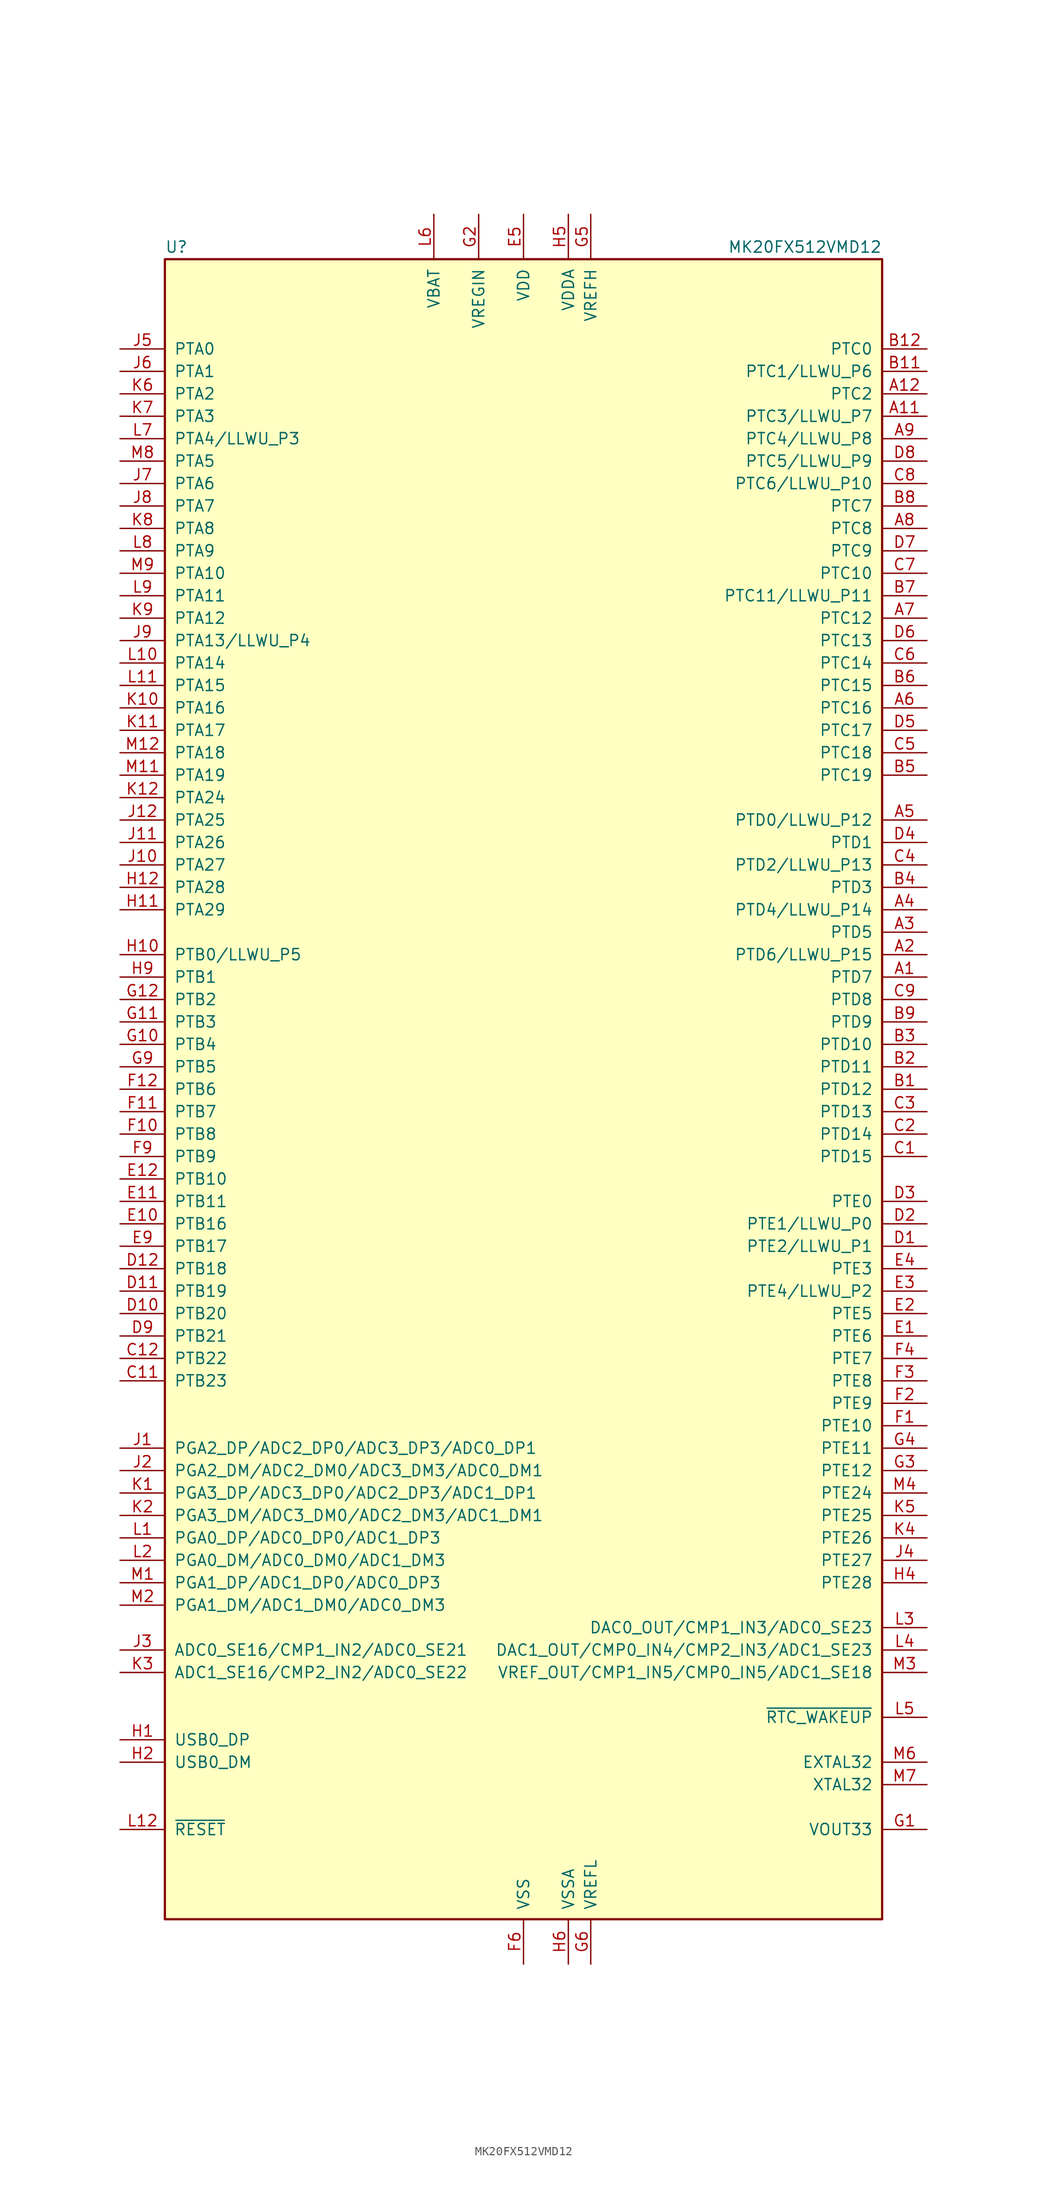
<source format=kicad_sym>
(kicad_symbol_lib
  (version 20241209)
  (generator "kicad_symbol_editor")
  (generator_version "9.0")
  (symbol "MK20FX512VMD12"
    (pin_names
      (offset 1.016))
    (property "Reference" "U"
      (at -40.64 94.615 0)
      (effects (font (size 1.27 1.27)) (justify left bottom)))
    (property "Value" "MK20FX512VMD12"
      (at 40.64 94.615 0)
      (effects (font (size 1.27 1.27)) (justify right bottom)))
    (symbol "MK20FX512VMD12_0_1"
      (rectangle (start -40.64 93.98) (end 40.64 -93.98) (stroke (width 0.254) (type default)) (fill (type background))))
    (symbol "MK20FX512VMD12_1_1"
      (pin bidirectional line (at -45.72 83.82 0) (length 5.08) (name "PTA0" (effects (font (size 1.27 1.27)))) (number "J5" (effects (font (size 1.27 1.27)))))
      (pin bidirectional line (at -45.72 81.28 0) (length 5.08) (name "PTA1" (effects (font (size 1.27 1.27)))) (number "J6" (effects (font (size 1.27 1.27)))))
      (pin bidirectional line (at -45.72 78.74 0) (length 5.08) (name "PTA2" (effects (font (size 1.27 1.27)))) (number "K6" (effects (font (size 1.27 1.27)))))
      (pin bidirectional line (at -45.72 76.2 0) (length 5.08) (name "PTA3" (effects (font (size 1.27 1.27)))) (number "K7" (effects (font (size 1.27 1.27)))))
      (pin bidirectional line (at -45.72 73.66 0) (length 5.08) (name "PTA4/LLWU_P3" (effects (font (size 1.27 1.27)))) (number "L7" (effects (font (size 1.27 1.27)))))
      (pin bidirectional line (at -45.72 71.12 0) (length 5.08) (name "PTA5" (effects (font (size 1.27 1.27)))) (number "M8" (effects (font (size 1.27 1.27)))))
      (pin bidirectional line (at -45.72 68.58 0) (length 5.08) (name "PTA6" (effects (font (size 1.27 1.27)))) (number "J7" (effects (font (size 1.27 1.27)))))
      (pin bidirectional line (at -45.72 66.04 0) (length 5.08) (name "PTA7" (effects (font (size 1.27 1.27)))) (number "J8" (effects (font (size 1.27 1.27)))))
      (pin bidirectional line (at -45.72 63.5 0) (length 5.08) (name "PTA8" (effects (font (size 1.27 1.27)))) (number "K8" (effects (font (size 1.27 1.27)))))
      (pin bidirectional line (at -45.72 60.96 0) (length 5.08) (name "PTA9" (effects (font (size 1.27 1.27)))) (number "L8" (effects (font (size 1.27 1.27)))))
      (pin bidirectional line (at -45.72 58.42 0) (length 5.08) (name "PTA10" (effects (font (size 1.27 1.27)))) (number "M9" (effects (font (size 1.27 1.27)))))
      (pin bidirectional line (at -45.72 55.88 0) (length 5.08) (name "PTA11" (effects (font (size 1.27 1.27)))) (number "L9" (effects (font (size 1.27 1.27)))))
      (pin bidirectional line (at -45.72 53.34 0) (length 5.08) (name "PTA12" (effects (font (size 1.27 1.27)))) (number "K9" (effects (font (size 1.27 1.27)))))
      (pin bidirectional line (at -45.72 50.8 0) (length 5.08) (name "PTA13/LLWU_P4" (effects (font (size 1.27 1.27)))) (number "J9" (effects (font (size 1.27 1.27)))))
      (pin bidirectional line (at -45.72 48.26 0) (length 5.08) (name "PTA14" (effects (font (size 1.27 1.27)))) (number "L10" (effects (font (size 1.27 1.27)))))
      (pin bidirectional line (at -45.72 45.72 0) (length 5.08) (name "PTA15" (effects (font (size 1.27 1.27)))) (number "L11" (effects (font (size 1.27 1.27)))))
      (pin bidirectional line (at -45.72 43.18 0) (length 5.08) (name "PTA16" (effects (font (size 1.27 1.27)))) (number "K10" (effects (font (size 1.27 1.27)))))
      (pin bidirectional line (at -45.72 40.64 0) (length 5.08) (name "PTA17" (effects (font (size 1.27 1.27)))) (number "K11" (effects (font (size 1.27 1.27)))))
      (pin bidirectional line (at -45.72 38.1 0) (length 5.08) (name "PTA18" (effects (font (size 1.27 1.27)))) (number "M12" (effects (font (size 1.27 1.27)))))
      (pin bidirectional line (at -45.72 35.56 0) (length 5.08) (name "PTA19" (effects (font (size 1.27 1.27)))) (number "M11" (effects (font (size 1.27 1.27)))))
      (pin bidirectional line (at -45.72 33.02 0) (length 5.08) (name "PTA24" (effects (font (size 1.27 1.27)))) (number "K12" (effects (font (size 1.27 1.27)))))
      (pin bidirectional line (at -45.72 30.48 0) (length 5.08) (name "PTA25" (effects (font (size 1.27 1.27)))) (number "J12" (effects (font (size 1.27 1.27)))))
      (pin bidirectional line (at -45.72 27.94 0) (length 5.08) (name "PTA26" (effects (font (size 1.27 1.27)))) (number "J11" (effects (font (size 1.27 1.27)))))
      (pin bidirectional line (at -45.72 25.4 0) (length 5.08) (name "PTA27" (effects (font (size 1.27 1.27)))) (number "J10" (effects (font (size 1.27 1.27)))))
      (pin bidirectional line (at -45.72 22.86 0) (length 5.08) (name "PTA28" (effects (font (size 1.27 1.27)))) (number "H12" (effects (font (size 1.27 1.27)))))
      (pin bidirectional line (at -45.72 20.32 0) (length 5.08) (name "PTA29" (effects (font (size 1.27 1.27)))) (number "H11" (effects (font (size 1.27 1.27)))))
      (pin bidirectional line (at -45.72 15.24 0) (length 5.08) (name "PTB0/LLWU_P5" (effects (font (size 1.27 1.27)))) (number "H10" (effects (font (size 1.27 1.27)))))
      (pin bidirectional line (at -45.72 12.7 0) (length 5.08) (name "PTB1" (effects (font (size 1.27 1.27)))) (number "H9" (effects (font (size 1.27 1.27)))))
      (pin bidirectional line (at -45.72 10.16 0) (length 5.08) (name "PTB2" (effects (font (size 1.27 1.27)))) (number "G12" (effects (font (size 1.27 1.27)))))
      (pin bidirectional line (at -45.72 7.62 0) (length 5.08) (name "PTB3" (effects (font (size 1.27 1.27)))) (number "G11" (effects (font (size 1.27 1.27)))))
      (pin bidirectional line (at -45.72 5.08 0) (length 5.08) (name "PTB4" (effects (font (size 1.27 1.27)))) (number "G10" (effects (font (size 1.27 1.27)))))
      (pin bidirectional line (at -45.72 2.54 0) (length 5.08) (name "PTB5" (effects (font (size 1.27 1.27)))) (number "G9" (effects (font (size 1.27 1.27)))))
      (pin bidirectional line (at -45.72 0 0) (length 5.08) (name "PTB6" (effects (font (size 1.27 1.27)))) (number "F12" (effects (font (size 1.27 1.27)))))
      (pin bidirectional line (at -45.72 -2.54 0) (length 5.08) (name "PTB7" (effects (font (size 1.27 1.27)))) (number "F11" (effects (font (size 1.27 1.27)))))
      (pin bidirectional line (at -45.72 -5.08 0) (length 5.08) (name "PTB8" (effects (font (size 1.27 1.27)))) (number "F10" (effects (font (size 1.27 1.27)))))
      (pin bidirectional line (at -45.72 -7.62 0) (length 5.08) (name "PTB9" (effects (font (size 1.27 1.27)))) (number "F9" (effects (font (size 1.27 1.27)))))
      (pin bidirectional line (at -45.72 -10.16 0) (length 5.08) (name "PTB10" (effects (font (size 1.27 1.27)))) (number "E12" (effects (font (size 1.27 1.27)))))
      (pin bidirectional line (at -45.72 -12.7 0) (length 5.08) (name "PTB11" (effects (font (size 1.27 1.27)))) (number "E11" (effects (font (size 1.27 1.27)))))
      (pin bidirectional line (at -45.72 -15.24 0) (length 5.08) (name "PTB16" (effects (font (size 1.27 1.27)))) (number "E10" (effects (font (size 1.27 1.27)))))
      (pin bidirectional line (at -45.72 -17.78 0) (length 5.08) (name "PTB17" (effects (font (size 1.27 1.27)))) (number "E9" (effects (font (size 1.27 1.27)))))
      (pin bidirectional line (at -45.72 -20.32 0) (length 5.08) (name "PTB18" (effects (font (size 1.27 1.27)))) (number "D12" (effects (font (size 1.27 1.27)))))
      (pin bidirectional line (at -45.72 -22.86 0) (length 5.08) (name "PTB19" (effects (font (size 1.27 1.27)))) (number "D11" (effects (font (size 1.27 1.27)))))
      (pin bidirectional line (at -45.72 -25.4 0) (length 5.08) (name "PTB20" (effects (font (size 1.27 1.27)))) (number "D10" (effects (font (size 1.27 1.27)))))
      (pin bidirectional line (at -45.72 -27.94 0) (length 5.08) (name "PTB21" (effects (font (size 1.27 1.27)))) (number "D9" (effects (font (size 1.27 1.27)))))
      (pin bidirectional line (at -45.72 -30.48 0) (length 5.08) (name "PTB22" (effects (font (size 1.27 1.27)))) (number "C12" (effects (font (size 1.27 1.27)))))
      (pin bidirectional line (at -45.72 -33.02 0) (length 5.08) (name "PTB23" (effects (font (size 1.27 1.27)))) (number "C11" (effects (font (size 1.27 1.27)))))
      (pin input line (at -45.72 -40.64 0) (length 5.08) (name "PGA2_DP/ADC2_DP0/ADC3_DP3/ADC0_DP1" (effects (font (size 1.27 1.27)))) (number "J1" (effects (font (size 1.27 1.27)))))
      (pin input line (at -45.72 -43.18 0) (length 5.08) (name "PGA2_DM/ADC2_DM0/ADC3_DM3/ADC0_DM1" (effects (font (size 1.27 1.27)))) (number "J2" (effects (font (size 1.27 1.27)))))
      (pin input line (at -45.72 -45.72 0) (length 5.08) (name "PGA3_DP/ADC3_DP0/ADC2_DP3/ADC1_DP1" (effects (font (size 1.27 1.27)))) (number "K1" (effects (font (size 1.27 1.27)))))
      (pin input line (at -45.72 -48.26 0) (length 5.08) (name "PGA3_DM/ADC3_DM0/ADC2_DM3/ADC1_DM1" (effects (font (size 1.27 1.27)))) (number "K2" (effects (font (size 1.27 1.27)))))
      (pin input line (at -45.72 -50.8 0) (length 5.08) (name "PGA0_DP/ADC0_DP0/ADC1_DP3" (effects (font (size 1.27 1.27)))) (number "L1" (effects (font (size 1.27 1.27)))))
      (pin input line (at -45.72 -53.34 0) (length 5.08) (name "PGA0_DM/ADC0_DM0/ADC1_DM3" (effects (font (size 1.27 1.27)))) (number "L2" (effects (font (size 1.27 1.27)))))
      (pin input line (at -45.72 -55.88 0) (length 5.08) (name "PGA1_DP/ADC1_DP0/ADC0_DP3" (effects (font (size 1.27 1.27)))) (number "M1" (effects (font (size 1.27 1.27)))))
      (pin input line (at -45.72 -58.42 0) (length 5.08) (name "PGA1_DM/ADC1_DM0/ADC0_DM3" (effects (font (size 1.27 1.27)))) (number "M2" (effects (font (size 1.27 1.27)))))
      (pin input line (at -45.72 -63.5 0) (length 5.08) (name "ADC0_SE16/CMP1_IN2/ADC0_SE21" (effects (font (size 1.27 1.27)))) (number "J3" (effects (font (size 1.27 1.27)))))
      (pin input line (at -45.72 -66.04 0) (length 5.08) (name "ADC1_SE16/CMP2_IN2/ADC0_SE22" (effects (font (size 1.27 1.27)))) (number "K3" (effects (font (size 1.27 1.27)))))
      (pin bidirectional line (at -45.72 -73.66 0) (length 5.08) (name "USB0_DP" (effects (font (size 1.27 1.27)))) (number "H1" (effects (font (size 1.27 1.27)))))
      (pin bidirectional line (at -45.72 -76.2 0) (length 5.08) (name "USB0_DM" (effects (font (size 1.27 1.27)))) (number "H2" (effects (font (size 1.27 1.27)))))
      (pin bidirectional line (at -45.72 -83.82 0) (length 5.08) (name "~{RESET}" (effects (font (size 1.27 1.27)))) (number "L12" (effects (font (size 1.27 1.27)))))
      (pin no_connect line (at -12.7 -93.98 90) (length 5.08) (hide yes) (name "NC" (effects (font (size 1.27 1.27)))) (number "A10" (effects (font (size 1.27 1.27)))))
      (pin power_in line (at -10.16 99.06 270) (length 5.08) (name "VBAT" (effects (font (size 1.27 1.27)))) (number "L6" (effects (font (size 1.27 1.27)))))
      (pin no_connect line (at -10.16 -93.98 90) (length 5.08) (hide yes) (name "NC" (effects (font (size 1.27 1.27)))) (number "B10" (effects (font (size 1.27 1.27)))))
      (pin no_connect line (at -7.62 -93.98 90) (length 5.08) (hide yes) (name "NC" (effects (font (size 1.27 1.27)))) (number "C10" (effects (font (size 1.27 1.27)))))
      (pin power_in line (at -5.08 99.06 270) (length 5.08) (name "VREGIN" (effects (font (size 1.27 1.27)))) (number "G2" (effects (font (size 1.27 1.27)))))
      (pin no_connect line (at -5.08 -93.98 90) (length 5.08) (hide yes) (name "NC" (effects (font (size 1.27 1.27)))) (number "M5" (effects (font (size 1.27 1.27)))))
      (pin power_in line (at 0 99.06 270) (length 5.08) (name "VDD" (effects (font (size 1.27 1.27)))) (number "E5" (effects (font (size 1.27 1.27)))))
      (pin passive line (at 0 99.06 270) (length 5.08) (hide yes) (name "VDD" (effects (font (size 1.27 1.27)))) (number "E6" (effects (font (size 1.27 1.27)))))
      (pin passive line (at 0 99.06 270) (length 5.08) (hide yes) (name "VDD" (effects (font (size 1.27 1.27)))) (number "E7" (effects (font (size 1.27 1.27)))))
      (pin passive line (at 0 99.06 270) (length 5.08) (hide yes) (name "VDD" (effects (font (size 1.27 1.27)))) (number "E8" (effects (font (size 1.27 1.27)))))
      (pin passive line (at 0 99.06 270) (length 5.08) (hide yes) (name "VDD" (effects (font (size 1.27 1.27)))) (number "F5" (effects (font (size 1.27 1.27)))))
      (pin passive line (at 0 99.06 270) (length 5.08) (hide yes) (name "VDD" (effects (font (size 1.27 1.27)))) (number "F8" (effects (font (size 1.27 1.27)))))
      (pin power_in line (at 0 -99.06 90) (length 5.08) (name "VSS" (effects (font (size 1.27 1.27)))) (number "F6" (effects (font (size 1.27 1.27)))))
      (pin passive line (at 0 -99.06 90) (length 5.08) (hide yes) (name "VSS" (effects (font (size 1.27 1.27)))) (number "F7" (effects (font (size 1.27 1.27)))))
      (pin passive line (at 0 -99.06 90) (length 5.08) (hide yes) (name "VSS" (effects (font (size 1.27 1.27)))) (number "G7" (effects (font (size 1.27 1.27)))))
      (pin passive line (at 0 -99.06 90) (length 5.08) (hide yes) (name "VSS" (effects (font (size 1.27 1.27)))) (number "G8" (effects (font (size 1.27 1.27)))))
      (pin passive line (at 0 -99.06 90) (length 5.08) (hide yes) (name "VSS" (effects (font (size 1.27 1.27)))) (number "H3" (effects (font (size 1.27 1.27)))))
      (pin passive line (at 0 -99.06 90) (length 5.08) (hide yes) (name "VSS" (effects (font (size 1.27 1.27)))) (number "H7" (effects (font (size 1.27 1.27)))))
      (pin passive line (at 0 -99.06 90) (length 5.08) (hide yes) (name "VSS" (effects (font (size 1.27 1.27)))) (number "H8" (effects (font (size 1.27 1.27)))))
      (pin passive line (at 0 -99.06 90) (length 5.08) (hide yes) (name "VSS" (effects (font (size 1.27 1.27)))) (number "M10" (effects (font (size 1.27 1.27)))))
      (pin power_in line (at 5.08 99.06 270) (length 5.08) (name "VDDA" (effects (font (size 1.27 1.27)))) (number "H5" (effects (font (size 1.27 1.27)))))
      (pin power_in line (at 5.08 -99.06 90) (length 5.08) (name "VSSA" (effects (font (size 1.27 1.27)))) (number "H6" (effects (font (size 1.27 1.27)))))
      (pin power_in line (at 7.62 99.06 270) (length 5.08) (name "VREFH" (effects (font (size 1.27 1.27)))) (number "G5" (effects (font (size 1.27 1.27)))))
      (pin power_in line (at 7.62 -99.06 90) (length 5.08) (name "VREFL" (effects (font (size 1.27 1.27)))) (number "G6" (effects (font (size 1.27 1.27)))))
      (pin bidirectional line (at 45.72 83.82 180) (length 5.08) (name "PTC0" (effects (font (size 1.27 1.27)))) (number "B12" (effects (font (size 1.27 1.27)))))
      (pin bidirectional line (at 45.72 81.28 180) (length 5.08) (name "PTC1/LLWU_P6" (effects (font (size 1.27 1.27)))) (number "B11" (effects (font (size 1.27 1.27)))))
      (pin bidirectional line (at 45.72 78.74 180) (length 5.08) (name "PTC2" (effects (font (size 1.27 1.27)))) (number "A12" (effects (font (size 1.27 1.27)))))
      (pin bidirectional line (at 45.72 76.2 180) (length 5.08) (name "PTC3/LLWU_P7" (effects (font (size 1.27 1.27)))) (number "A11" (effects (font (size 1.27 1.27)))))
      (pin bidirectional line (at 45.72 73.66 180) (length 5.08) (name "PTC4/LLWU_P8" (effects (font (size 1.27 1.27)))) (number "A9" (effects (font (size 1.27 1.27)))))
      (pin bidirectional line (at 45.72 71.12 180) (length 5.08) (name "PTC5/LLWU_P9" (effects (font (size 1.27 1.27)))) (number "D8" (effects (font (size 1.27 1.27)))))
      (pin bidirectional line (at 45.72 68.58 180) (length 5.08) (name "PTC6/LLWU_P10" (effects (font (size 1.27 1.27)))) (number "C8" (effects (font (size 1.27 1.27)))))
      (pin bidirectional line (at 45.72 66.04 180) (length 5.08) (name "PTC7" (effects (font (size 1.27 1.27)))) (number "B8" (effects (font (size 1.27 1.27)))))
      (pin bidirectional line (at 45.72 63.5 180) (length 5.08) (name "PTC8" (effects (font (size 1.27 1.27)))) (number "A8" (effects (font (size 1.27 1.27)))))
      (pin bidirectional line (at 45.72 60.96 180) (length 5.08) (name "PTC9" (effects (font (size 1.27 1.27)))) (number "D7" (effects (font (size 1.27 1.27)))))
      (pin bidirectional line (at 45.72 58.42 180) (length 5.08) (name "PTC10" (effects (font (size 1.27 1.27)))) (number "C7" (effects (font (size 1.27 1.27)))))
      (pin bidirectional line (at 45.72 55.88 180) (length 5.08) (name "PTC11/LLWU_P11" (effects (font (size 1.27 1.27)))) (number "B7" (effects (font (size 1.27 1.27)))))
      (pin bidirectional line (at 45.72 53.34 180) (length 5.08) (name "PTC12" (effects (font (size 1.27 1.27)))) (number "A7" (effects (font (size 1.27 1.27)))))
      (pin bidirectional line (at 45.72 50.8 180) (length 5.08) (name "PTC13" (effects (font (size 1.27 1.27)))) (number "D6" (effects (font (size 1.27 1.27)))))
      (pin bidirectional line (at 45.72 48.26 180) (length 5.08) (name "PTC14" (effects (font (size 1.27 1.27)))) (number "C6" (effects (font (size 1.27 1.27)))))
      (pin bidirectional line (at 45.72 45.72 180) (length 5.08) (name "PTC15" (effects (font (size 1.27 1.27)))) (number "B6" (effects (font (size 1.27 1.27)))))
      (pin bidirectional line (at 45.72 43.18 180) (length 5.08) (name "PTC16" (effects (font (size 1.27 1.27)))) (number "A6" (effects (font (size 1.27 1.27)))))
      (pin bidirectional line (at 45.72 40.64 180) (length 5.08) (name "PTC17" (effects (font (size 1.27 1.27)))) (number "D5" (effects (font (size 1.27 1.27)))))
      (pin bidirectional line (at 45.72 38.1 180) (length 5.08) (name "PTC18" (effects (font (size 1.27 1.27)))) (number "C5" (effects (font (size 1.27 1.27)))))
      (pin bidirectional line (at 45.72 35.56 180) (length 5.08) (name "PTC19" (effects (font (size 1.27 1.27)))) (number "B5" (effects (font (size 1.27 1.27)))))
      (pin bidirectional line (at 45.72 30.48 180) (length 5.08) (name "PTD0/LLWU_P12" (effects (font (size 1.27 1.27)))) (number "A5" (effects (font (size 1.27 1.27)))))
      (pin bidirectional line (at 45.72 27.94 180) (length 5.08) (name "PTD1" (effects (font (size 1.27 1.27)))) (number "D4" (effects (font (size 1.27 1.27)))))
      (pin bidirectional line (at 45.72 25.4 180) (length 5.08) (name "PTD2/LLWU_P13" (effects (font (size 1.27 1.27)))) (number "C4" (effects (font (size 1.27 1.27)))))
      (pin bidirectional line (at 45.72 22.86 180) (length 5.08) (name "PTD3" (effects (font (size 1.27 1.27)))) (number "B4" (effects (font (size 1.27 1.27)))))
      (pin bidirectional line (at 45.72 20.32 180) (length 5.08) (name "PTD4/LLWU_P14" (effects (font (size 1.27 1.27)))) (number "A4" (effects (font (size 1.27 1.27)))))
      (pin bidirectional line (at 45.72 17.78 180) (length 5.08) (name "PTD5" (effects (font (size 1.27 1.27)))) (number "A3" (effects (font (size 1.27 1.27)))))
      (pin bidirectional line (at 45.72 15.24 180) (length 5.08) (name "PTD6/LLWU_P15" (effects (font (size 1.27 1.27)))) (number "A2" (effects (font (size 1.27 1.27)))))
      (pin bidirectional line (at 45.72 12.7 180) (length 5.08) (name "PTD7" (effects (font (size 1.27 1.27)))) (number "A1" (effects (font (size 1.27 1.27)))))
      (pin bidirectional line (at 45.72 10.16 180) (length 5.08) (name "PTD8" (effects (font (size 1.27 1.27)))) (number "C9" (effects (font (size 1.27 1.27)))))
      (pin bidirectional line (at 45.72 7.62 180) (length 5.08) (name "PTD9" (effects (font (size 1.27 1.27)))) (number "B9" (effects (font (size 1.27 1.27)))))
      (pin bidirectional line (at 45.72 5.08 180) (length 5.08) (name "PTD10" (effects (font (size 1.27 1.27)))) (number "B3" (effects (font (size 1.27 1.27)))))
      (pin bidirectional line (at 45.72 2.54 180) (length 5.08) (name "PTD11" (effects (font (size 1.27 1.27)))) (number "B2" (effects (font (size 1.27 1.27)))))
      (pin bidirectional line (at 45.72 0 180) (length 5.08) (name "PTD12" (effects (font (size 1.27 1.27)))) (number "B1" (effects (font (size 1.27 1.27)))))
      (pin bidirectional line (at 45.72 -2.54 180) (length 5.08) (name "PTD13" (effects (font (size 1.27 1.27)))) (number "C3" (effects (font (size 1.27 1.27)))))
      (pin bidirectional line (at 45.72 -5.08 180) (length 5.08) (name "PTD14" (effects (font (size 1.27 1.27)))) (number "C2" (effects (font (size 1.27 1.27)))))
      (pin bidirectional line (at 45.72 -7.62 180) (length 5.08) (name "PTD15" (effects (font (size 1.27 1.27)))) (number "C1" (effects (font (size 1.27 1.27)))))
      (pin bidirectional line (at 45.72 -12.7 180) (length 5.08) (name "PTE0" (effects (font (size 1.27 1.27)))) (number "D3" (effects (font (size 1.27 1.27)))))
      (pin bidirectional line (at 45.72 -15.24 180) (length 5.08) (name "PTE1/LLWU_P0" (effects (font (size 1.27 1.27)))) (number "D2" (effects (font (size 1.27 1.27)))))
      (pin bidirectional line (at 45.72 -17.78 180) (length 5.08) (name "PTE2/LLWU_P1" (effects (font (size 1.27 1.27)))) (number "D1" (effects (font (size 1.27 1.27)))))
      (pin bidirectional line (at 45.72 -20.32 180) (length 5.08) (name "PTE3" (effects (font (size 1.27 1.27)))) (number "E4" (effects (font (size 1.27 1.27)))))
      (pin bidirectional line (at 45.72 -22.86 180) (length 5.08) (name "PTE4/LLWU_P2" (effects (font (size 1.27 1.27)))) (number "E3" (effects (font (size 1.27 1.27)))))
      (pin bidirectional line (at 45.72 -25.4 180) (length 5.08) (name "PTE5" (effects (font (size 1.27 1.27)))) (number "E2" (effects (font (size 1.27 1.27)))))
      (pin bidirectional line (at 45.72 -27.94 180) (length 5.08) (name "PTE6" (effects (font (size 1.27 1.27)))) (number "E1" (effects (font (size 1.27 1.27)))))
      (pin bidirectional line (at 45.72 -30.48 180) (length 5.08) (name "PTE7" (effects (font (size 1.27 1.27)))) (number "F4" (effects (font (size 1.27 1.27)))))
      (pin bidirectional line (at 45.72 -33.02 180) (length 5.08) (name "PTE8" (effects (font (size 1.27 1.27)))) (number "F3" (effects (font (size 1.27 1.27)))))
      (pin bidirectional line (at 45.72 -35.56 180) (length 5.08) (name "PTE9" (effects (font (size 1.27 1.27)))) (number "F2" (effects (font (size 1.27 1.27)))))
      (pin bidirectional line (at 45.72 -38.1 180) (length 5.08) (name "PTE10" (effects (font (size 1.27 1.27)))) (number "F1" (effects (font (size 1.27 1.27)))))
      (pin bidirectional line (at 45.72 -40.64 180) (length 5.08) (name "PTE11" (effects (font (size 1.27 1.27)))) (number "G4" (effects (font (size 1.27 1.27)))))
      (pin bidirectional line (at 45.72 -43.18 180) (length 5.08) (name "PTE12" (effects (font (size 1.27 1.27)))) (number "G3" (effects (font (size 1.27 1.27)))))
      (pin bidirectional line (at 45.72 -45.72 180) (length 5.08) (name "PTE24" (effects (font (size 1.27 1.27)))) (number "M4" (effects (font (size 1.27 1.27)))))
      (pin bidirectional line (at 45.72 -48.26 180) (length 5.08) (name "PTE25" (effects (font (size 1.27 1.27)))) (number "K5" (effects (font (size 1.27 1.27)))))
      (pin bidirectional line (at 45.72 -50.8 180) (length 5.08) (name "PTE26" (effects (font (size 1.27 1.27)))) (number "K4" (effects (font (size 1.27 1.27)))))
      (pin bidirectional line (at 45.72 -53.34 180) (length 5.08) (name "PTE27" (effects (font (size 1.27 1.27)))) (number "J4" (effects (font (size 1.27 1.27)))))
      (pin bidirectional line (at 45.72 -55.88 180) (length 5.08) (name "PTE28" (effects (font (size 1.27 1.27)))) (number "H4" (effects (font (size 1.27 1.27)))))
      (pin bidirectional line (at 45.72 -60.96 180) (length 5.08) (name "DAC0_OUT/CMP1_IN3/ADC0_SE23" (effects (font (size 1.27 1.27)))) (number "L3" (effects (font (size 1.27 1.27)))))
      (pin bidirectional line (at 45.72 -63.5 180) (length 5.08) (name "DAC1_OUT/CMP0_IN4/CMP2_IN3/ADC1_SE23" (effects (font (size 1.27 1.27)))) (number "L4" (effects (font (size 1.27 1.27)))))
      (pin bidirectional line (at 45.72 -66.04 180) (length 5.08) (name "VREF_OUT/CMP1_IN5/CMP0_IN5/ADC1_SE18" (effects (font (size 1.27 1.27)))) (number "M3" (effects (font (size 1.27 1.27)))))
      (pin output line (at 45.72 -71.12 180) (length 5.08) (name "~{RTC_WAKEUP}" (effects (font (size 1.27 1.27)))) (number "L5" (effects (font (size 1.27 1.27)))))
      (pin input line (at 45.72 -76.2 180) (length 5.08) (name "EXTAL32" (effects (font (size 1.27 1.27)))) (number "M6" (effects (font (size 1.27 1.27)))))
      (pin output line (at 45.72 -78.74 180) (length 5.08) (name "XTAL32" (effects (font (size 1.27 1.27)))) (number "M7" (effects (font (size 1.27 1.27)))))
      (pin power_out line (at 45.72 -83.82 180) (length 5.08) (name "VOUT33" (effects (font (size 1.27 1.27)))) (number "G1" (effects (font (size 1.27 1.27))))))))
</source>
